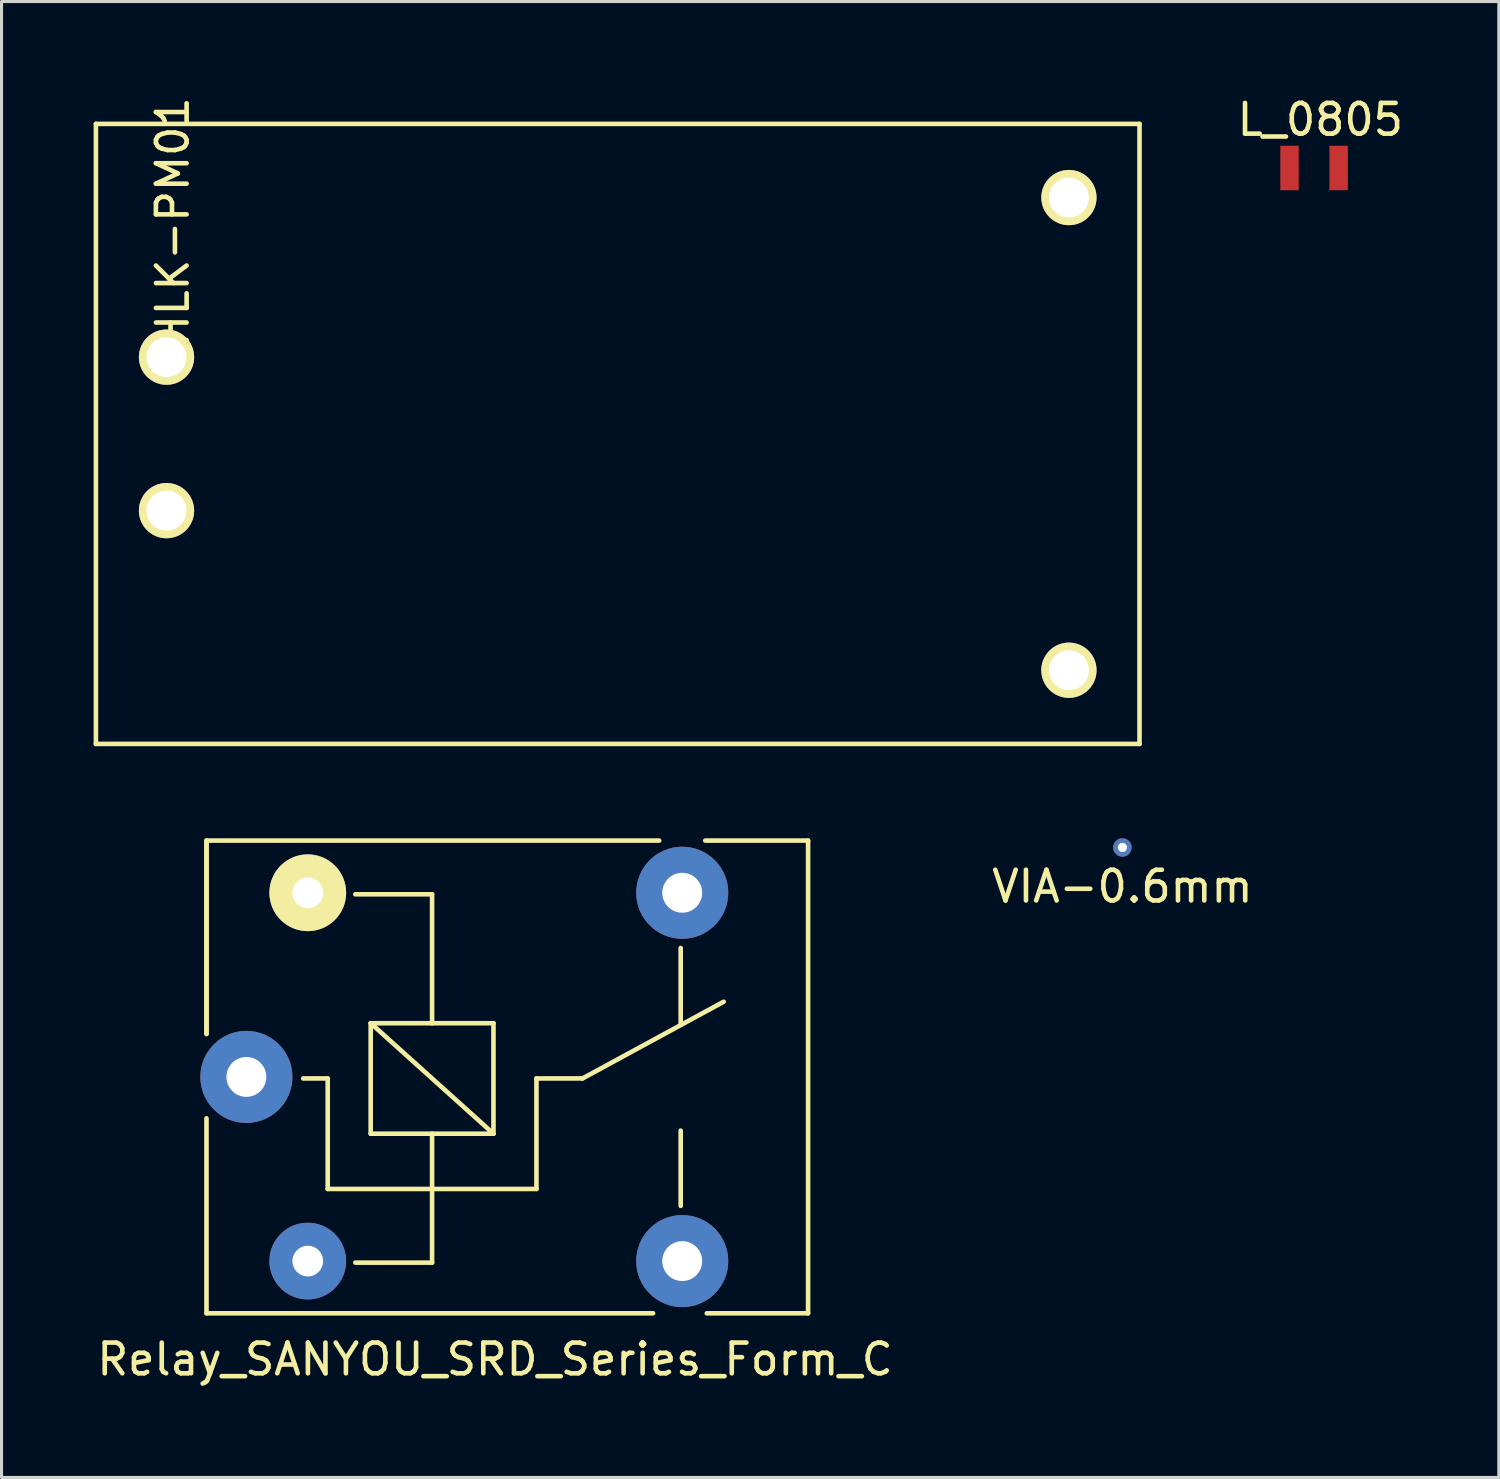
<source format=kicad_pcb>
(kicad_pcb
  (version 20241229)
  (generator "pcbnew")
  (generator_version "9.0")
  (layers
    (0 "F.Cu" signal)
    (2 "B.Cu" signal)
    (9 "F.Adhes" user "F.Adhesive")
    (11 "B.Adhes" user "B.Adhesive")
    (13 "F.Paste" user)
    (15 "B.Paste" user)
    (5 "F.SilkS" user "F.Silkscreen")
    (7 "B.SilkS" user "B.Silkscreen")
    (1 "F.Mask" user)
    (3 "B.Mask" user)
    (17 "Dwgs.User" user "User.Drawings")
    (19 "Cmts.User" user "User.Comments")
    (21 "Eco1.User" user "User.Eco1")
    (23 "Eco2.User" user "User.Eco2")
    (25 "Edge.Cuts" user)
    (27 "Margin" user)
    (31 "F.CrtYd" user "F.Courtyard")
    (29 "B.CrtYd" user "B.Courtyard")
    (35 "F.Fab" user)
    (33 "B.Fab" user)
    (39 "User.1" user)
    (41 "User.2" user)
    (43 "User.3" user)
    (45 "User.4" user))
  (footprint "VIA-0.6mm"
    (layer "F.Cu")
    (at 33.518 24.561)
    (property "Reference" "VIA-0.6mm" (at 0 1.27 0) (layer "F.SilkS") (effects (font (size 1 1) (thickness 0.15))))
    (attr through_hole)
    (pad "1" thru_hole circle (at 0 0) (size 0.6 0.6) (drill 0.3) (layers "*.Cu")))
  (footprint "L_0805"
    (layer "F.Cu")
    (at 39.762 2.423)
    (property "Reference" "L_0805" (at 0.203 -1.575 0) (layer "F.SilkS") (effects (font (size 1 1) (thickness 0.15))))
    (attr through_hole)
    (pad "1" smd rect (at -0.8 0) (size 0.6 1.45) (layers "F.Cu" "F.Mask" "F.Paste"))
    (pad "2" smd rect (at 0.8 0) (size 0.6 1.45) (layers "F.Cu" "F.Mask" "F.Paste")))
  (footprint "HLK-PM01"
    (layer "F.Cu")
    (at 16.585 11.146)
    (property "Reference" "HLK-PM01" (at -14.01 -6.95 90) (layer "F.SilkS") (effects (font (size 1 1) (thickness 0.15))))
    (attr through_hole)
    (fp_line (start -16.51 -10.16) (end -16.51 10.04) (stroke (width 0.15) (type solid)) (layer "F.SilkS"))
    (fp_line (start -16.51 -10.16) (end 17.49 -10.16) (stroke (width 0.15) (type solid)) (layer "F.SilkS"))
    (fp_line (start 17.49 -10.16) (end 17.49 10.04) (stroke (width 0.15) (type solid)) (layer "F.SilkS"))
    (fp_line (start 17.49 10.04) (end -16.51 10.04) (stroke (width 0.15) (type solid)) (layer "F.SilkS"))
    (pad "1" thru_hole circle (at -14.21 2.44) (size 1.8 1.8) (drill 1.3) (layers "*.Cu" "*.Mask" "F.SilkS"))
    (pad "2" thru_hole circle (at -14.21 -2.56) (size 1.8 1.8) (drill 1.3) (layers "*.Cu" "*.Mask" "F.SilkS"))
    (pad "3" thru_hole circle (at 15.19 -7.76) (size 1.8 1.8) (drill 1.3) (layers "*.Cu" "*.Mask" "F.SilkS"))
    (pad "4" thru_hole circle (at 15.19 7.64) (size 1.8 1.8) (drill 1.3) (layers "*.Cu" "*.Mask" "F.SilkS")))
  (footprint "Relay_SANYOU_SRD_Series_Form_C"
    (layer "F.Cu")
    (at 4.977 32.036)
    (property "Reference" "Relay_SANYOU_SRD_Series_Form_C" (at 8.1 9.2 0) (layer "F.SilkS") (effects (font (size 1 1) (thickness 0.15))))
    (attr through_hole)
    (fp_line (start -1.3 -7.7) (end 13.45 -7.7) (stroke (width 0.15) (type solid)) (layer "F.SilkS"))
    (fp_line (start -1.3 -7.65) (end -1.3 -1.4) (stroke (width 0.15) (type solid)) (layer "F.SilkS"))
    (fp_line (start -1.3 -1.4) (end -1.3 -7.7) (stroke (width 0.15) (type solid)) (layer "F.SilkS"))
    (fp_line (start -1.3 1.35) (end -1.3 7.7) (stroke (width 0.15) (type solid)) (layer "F.SilkS"))
    (fp_line (start -1.3 7.7) (end 13.25 7.7) (stroke (width 0.15) (type solid)) (layer "F.SilkS"))
    (fp_line (start 2.65 0.05) (end 1.85 0.05) (stroke (width 0.15) (type solid)) (layer "F.SilkS"))
    (fp_line (start 2.65 0.05) (end 2.65 3.65) (stroke (width 0.15) (type solid)) (layer "F.SilkS"))
    (fp_line (start 3.55 6.05) (end 6.05 6.05) (stroke (width 0.15) (type solid)) (layer "F.SilkS"))
    (fp_line (start 4.05 -1.75) (end 8.05 -1.75) (stroke (width 0.15) (type solid)) (layer "F.SilkS"))
    (fp_line (start 4.05 1.85) (end 4.05 -1.75) (stroke (width 0.15) (type solid)) (layer "F.SilkS"))
    (fp_line (start 6.05 -5.95) (end 3.55 -5.95) (stroke (width 0.15) (type solid)) (layer "F.SilkS"))
    (fp_line (start 6.05 -5.95) (end 6.05 -1.75) (stroke (width 0.15) (type solid)) (layer "F.SilkS"))
    (fp_line (start 6.05 1.85) (end 6.05 6.05) (stroke (width 0.15) (type solid)) (layer "F.SilkS"))
    (fp_line (start 8.05 -1.75) (end 8.05 1.85) (stroke (width 0.15) (type solid)) (layer "F.SilkS"))
    (fp_line (start 8.05 1.85) (end 4.05 -1.75) (stroke (width 0.15) (type solid)) (layer "F.SilkS"))
    (fp_line (start 8.05 1.85) (end 4.05 1.85) (stroke (width 0.15) (type solid)) (layer "F.SilkS"))
    (fp_line (start 9.45 0.05) (end 9.45 3.65) (stroke (width 0.15) (type solid)) (layer "F.SilkS"))
    (fp_line (start 9.45 0.05) (end 10.95 0.05) (stroke (width 0.15) (type solid)) (layer "F.SilkS"))
    (fp_line (start 9.45 3.65) (end 2.65 3.65) (stroke (width 0.15) (type solid)) (layer "F.SilkS"))
    (fp_line (start 10.95 0.05) (end 15.55 -2.45) (stroke (width 0.15) (type solid)) (layer "F.SilkS"))
    (fp_line (start 14.15 -4.2) (end 14.15 -1.7) (stroke (width 0.15) (type solid)) (layer "F.SilkS"))
    (fp_line (start 14.15 4.2) (end 14.15 1.75) (stroke (width 0.15) (type solid)) (layer "F.SilkS"))
    (fp_line (start 15 7.7) (end 18.3 7.7) (stroke (width 0.15) (type solid)) (layer "F.SilkS"))
    (fp_line (start 18.3 -7.7) (end 14.95 -7.7) (stroke (width 0.15) (type solid)) (layer "F.SilkS"))
    (fp_line (start 18.3 7.7) (end 18.3 -7.7) (stroke (width 0.15) (type solid)) (layer "F.SilkS"))
    (pad "1" thru_hole circle (at 0 0 90) (size 3 3) (drill 1.3) (layers "*.Cu" "*.Mask"))
    (pad "2" thru_hole circle (at 2 6 90) (size 2.5 2.5) (drill 1) (layers "*.Cu" "*.Mask"))
    (pad "3" thru_hole circle (at 14.2 6 90) (size 3 3) (drill 1.3) (layers "*.Cu" "*.Mask"))
    (pad "4" thru_hole circle (at 14.2 -6 90) (size 3 3) (drill 1.3) (layers "*.Cu" "*.Mask"))
    (pad "5" thru_hole circle (at 2 -6 90) (size 2.5 2.5) (drill 1) (layers "*.Cu" "*.Mask" "F.SilkS")))
  (gr_rect
    (start -3 -3)
    (end 45.781 45.085)
    (stroke (width 0.1) (type default))
    (fill no)
    (layer "Edge.Cuts")))
</source>
